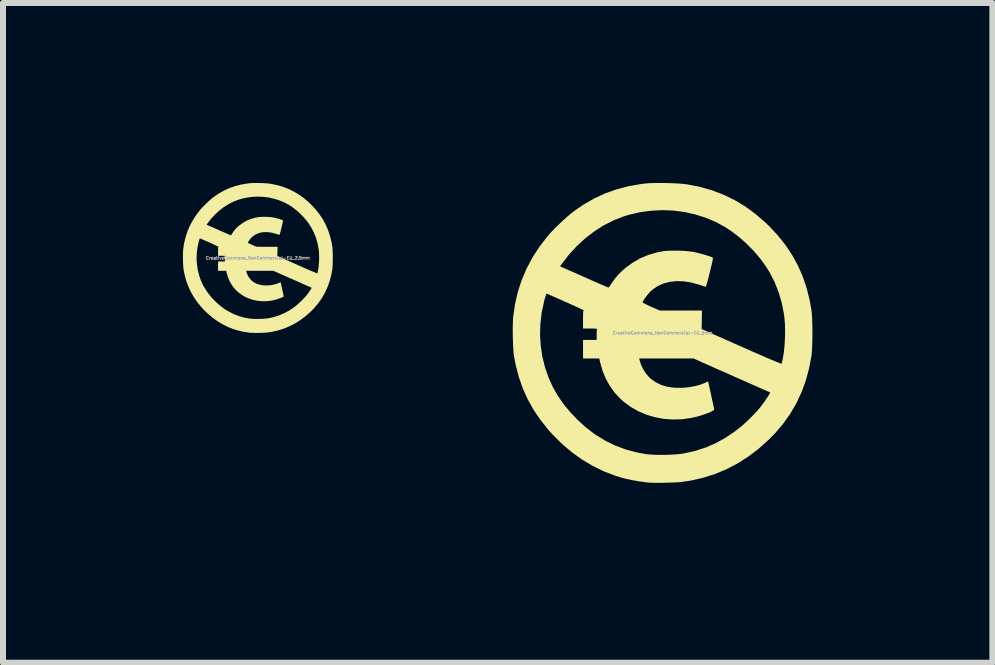
<source format=kicad_pcb>
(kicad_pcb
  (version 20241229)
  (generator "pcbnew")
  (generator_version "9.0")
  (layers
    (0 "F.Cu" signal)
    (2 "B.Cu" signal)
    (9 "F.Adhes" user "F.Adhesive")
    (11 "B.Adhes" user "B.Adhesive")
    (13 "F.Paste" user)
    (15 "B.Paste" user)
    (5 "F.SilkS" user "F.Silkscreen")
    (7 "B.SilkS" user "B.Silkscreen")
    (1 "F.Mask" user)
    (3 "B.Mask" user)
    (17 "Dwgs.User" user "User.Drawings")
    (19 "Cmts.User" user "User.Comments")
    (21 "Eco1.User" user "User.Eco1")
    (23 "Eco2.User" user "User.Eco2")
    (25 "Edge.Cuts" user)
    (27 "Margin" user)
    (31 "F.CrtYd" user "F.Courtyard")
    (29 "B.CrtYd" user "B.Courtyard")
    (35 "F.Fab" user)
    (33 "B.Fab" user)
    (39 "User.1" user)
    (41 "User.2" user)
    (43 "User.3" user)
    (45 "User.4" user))
  (footprint "CreativeCommons_NonCommercial-EU_5mm"
    (layer "F.Cu")
    (at 7.996 2.499)
    (property "Reference" "CreativeCommons_NonCommercial-EU_5mm" (at 0 0 0) (layer "F.Fab") (effects (font (size 0.05 0.05) (thickness 0.013))))
    (attr board_only exclude_from_pos_files exclude_from_bom)
    (fp_poly (pts (xy 0.043 -2.498) (xy 0.134 -2.496) (xy 0.221 -2.492) (xy 0.301 -2.487) (xy 0.371 -2.48) (xy 0.418 -2.474) (xy 0.628 -2.432) (xy 0.828 -2.375) (xy 1.018 -2.302) (xy 1.199 -2.214) (xy 1.372 -2.111) (xy 1.538 -1.99) (xy 1.698 -1.853) (xy 1.773 -1.782) (xy 1.918 -1.627) (xy 2.046 -1.467) (xy 2.157 -1.3) (xy 2.253 -1.127) (xy 2.333 -0.946) (xy 2.398 -0.755) (xy 2.449 -0.553) (xy 2.479 -0.391) (xy 2.485 -0.34) (xy 2.49 -0.275) (xy 2.493 -0.198) (xy 2.496 -0.114) (xy 2.497 -0.025) (xy 2.496 0.065) (xy 2.495 0.152) (xy 2.492 0.233) (xy 2.488 0.305) (xy 2.483 0.364) (xy 2.48 0.389) (xy 2.439 0.601) (xy 2.384 0.802) (xy 2.313 0.994) (xy 2.227 1.177) (xy 2.125 1.351) (xy 2.007 1.517) (xy 1.873 1.674) (xy 1.767 1.782) (xy 1.602 1.93) (xy 1.43 2.061) (xy 1.251 2.175) (xy 1.066 2.272) (xy 0.874 2.352) (xy 0.675 2.415) (xy 0.47 2.462) (xy 0.305 2.486) (xy 0.264 2.49) (xy 0.21 2.493) (xy 0.147 2.495) (xy 0.078 2.497) (xy 0.007 2.499) (xy -0.063 2.499) (xy -0.128 2.499) (xy -0.184 2.498) (xy -0.228 2.496) (xy -0.25 2.494) (xy -0.379 2.477) (xy -0.495 2.457) (xy -0.602 2.435) (xy -0.704 2.408) (xy -0.791 2.381) (xy -0.98 2.308) (xy -1.163 2.219) (xy -1.341 2.113) (xy -1.511 1.992) (xy -1.674 1.854) (xy -1.828 1.701) (xy -1.907 1.614) (xy -2.038 1.449) (xy -2.153 1.28) (xy -2.251 1.104) (xy -2.333 0.922) (xy -2.399 0.73) (xy -2.451 0.53) (xy -2.478 0.386) (xy -2.484 0.339) (xy -2.489 0.276) (xy -2.493 0.204) (xy -2.496 0.124) (xy -2.498 0.041) (xy -2.498 0.033) (xy -2.044 0.033) (xy -2.032 0.217) (xy -2.005 0.398) (xy -1.961 0.574) (xy -1.902 0.745) (xy -1.827 0.909) (xy -1.755 1.036) (xy -1.658 1.178) (xy -1.546 1.315) (xy -1.422 1.446) (xy -1.29 1.567) (xy -1.153 1.674) (xy -1.101 1.709) (xy -0.946 1.803) (xy -0.78 1.882) (xy -0.608 1.946) (xy -0.431 1.993) (xy -0.272 2.022) (xy -0.204 2.028) (xy -0.124 2.032) (xy -0.036 2.034) (xy 0.056 2.033) (xy 0.147 2.03) (xy 0.232 2.024) (xy 0.307 2.016) (xy 0.35 2.01) (xy 0.535 1.969) (xy 0.712 1.913) (xy 0.881 1.84) (xy 1.043 1.751) (xy 1.201 1.645) (xy 1.281 1.583) (xy 1.335 1.538) (xy 1.394 1.484) (xy 1.455 1.426) (xy 1.514 1.366) (xy 1.568 1.309) (xy 1.612 1.259) (xy 1.62 1.25) (xy 1.643 1.22) (xy 1.67 1.183) (xy 1.699 1.143) (xy 1.726 1.103) (xy 1.752 1.065) (xy 1.772 1.033) (xy 1.786 1.01) (xy 1.791 0.999) (xy 1.783 0.989) (xy 1.77 0.983) (xy 1.759 0.978) (xy 1.733 0.966) (xy 1.693 0.949) (xy 1.642 0.926) (xy 1.58 0.899) (xy 1.51 0.868) (xy 1.434 0.835) (xy 1.353 0.799) (xy 1.268 0.761) (xy 1.181 0.723) (xy 1.095 0.684) (xy 1.01 0.647) (xy 0.928 0.611) (xy 0.851 0.577) (xy 0.781 0.545) (xy 0.719 0.518) (xy 0.666 0.495) (xy 0.626 0.476) (xy 0.606 0.467) (xy 0.517 0.427) (xy -0.391 0.427) (xy -0.385 0.452) (xy -0.36 0.533) (xy -0.321 0.612) (xy -0.273 0.685) (xy -0.218 0.747) (xy -0.193 0.769) (xy -0.114 0.824) (xy -0.028 0.866) (xy 0.066 0.895) (xy 0.172 0.912) (xy 0.233 0.916) (xy 0.332 0.915) (xy 0.433 0.906) (xy 0.532 0.889) (xy 0.623 0.865) (xy 0.702 0.835) (xy 0.721 0.826) (xy 0.743 0.815) (xy 0.757 0.811) (xy 0.758 0.811) (xy 0.761 0.82) (xy 0.766 0.845) (xy 0.775 0.882) (xy 0.785 0.931) (xy 0.798 0.987) (xy 0.808 1.036) (xy 0.821 1.098) (xy 0.834 1.155) (xy 0.844 1.203) (xy 0.852 1.241) (xy 0.858 1.265) (xy 0.86 1.274) (xy 0.854 1.285) (xy 0.833 1.3) (xy 0.8 1.317) (xy 0.756 1.336) (xy 0.704 1.355) (xy 0.647 1.374) (xy 0.587 1.392) (xy 0.526 1.407) (xy 0.474 1.418) (xy 0.32 1.44) (xy 0.167 1.444) (xy 0.016 1.433) (xy -0.131 1.405) (xy -0.273 1.363) (xy -0.408 1.305) (xy -0.534 1.233) (xy -0.651 1.147) (xy -0.702 1.101) (xy -0.796 1.001) (xy -0.878 0.888) (xy -0.947 0.765) (xy -1.001 0.635) (xy -1.04 0.499) (xy -1.041 0.498) (xy -1.056 0.427) (xy -1.327 0.427) (xy -1.327 0.118) (xy -1.1 0.118) (xy -1.1 0.037) (xy -1.099 -0.001) (xy -1.098 -0.033) (xy -1.096 -0.054) (xy -1.094 -0.058) (xy -1.094 -0.064) (xy -1.1 -0.068) (xy -1.115 -0.071) (xy -1.141 -0.072) (xy -1.182 -0.073) (xy -1.208 -0.073) (xy -1.327 -0.073) (xy -1.327 -0.223) (xy -1.327 -0.278) (xy -1.326 -0.318) (xy -1.325 -0.345) (xy -1.323 -0.362) (xy -1.319 -0.37) (xy -1.314 -0.373) (xy -1.311 -0.373) (xy -1.316 -0.377) (xy -1.335 -0.387) (xy -1.368 -0.402) (xy -1.412 -0.423) (xy -1.466 -0.448) (xy -1.529 -0.476) (xy -1.597 -0.507) (xy -1.613 -0.514) (xy -1.684 -0.545) (xy -1.749 -0.574) (xy -1.808 -0.6) (xy -1.857 -0.622) (xy -1.896 -0.638) (xy -1.922 -0.65) (xy -1.933 -0.654) (xy -1.933 -0.655) (xy -1.94 -0.646) (xy -1.949 -0.62) (xy -1.962 -0.578) (xy -1.978 -0.52) (xy -1.978 -0.518) (xy -2.017 -0.336) (xy -2.038 -0.152) (xy -2.044 0.033) (xy -2.498 0.033) (xy -2.499 -0.042) (xy -2.498 -0.121) (xy -2.496 -0.192) (xy -2.493 -0.251) (xy -2.491 -0.27) (xy -2.461 -0.479) (xy -2.414 -0.682) (xy -2.35 -0.879) (xy -2.269 -1.07) (xy -2.248 -1.109) (xy -1.71 -1.109) (xy -1.671 -1.092) (xy -1.654 -1.085) (xy -1.623 -1.071) (xy -1.579 -1.051) (xy -1.525 -1.027) (xy -1.461 -0.999) (xy -1.39 -0.968) (xy -1.315 -0.934) (xy -1.27 -0.915) (xy -1.194 -0.881) (xy -1.124 -0.85) (xy -1.06 -0.822) (xy -1.004 -0.798) (xy -0.959 -0.778) (xy -0.926 -0.764) (xy -0.907 -0.756) (xy -0.902 -0.755) (xy -0.895 -0.762) (xy -0.88 -0.782) (xy -0.861 -0.81) (xy -0.848 -0.83) (xy -0.794 -0.906) (xy -0.737 -0.974) (xy -0.671 -1.038) (xy -0.622 -1.081) (xy -0.501 -1.17) (xy -0.373 -1.243) (xy -0.237 -1.3) (xy -0.092 -1.342) (xy -0.000109 -1.36) (xy 0.056 -1.367) (xy 0.126 -1.37) (xy 0.204 -1.371) (xy 0.286 -1.37) (xy 0.367 -1.366) (xy 0.443 -1.359) (xy 0.509 -1.35) (xy 0.532 -1.346) (xy 0.571 -1.337) (xy 0.618 -1.325) (xy 0.668 -1.312) (xy 0.717 -1.297) (xy 0.763 -1.283) (xy 0.801 -1.27) (xy 0.827 -1.26) (xy 0.834 -1.256) (xy 0.837 -1.25) (xy 0.836 -1.235) (xy 0.833 -1.21) (xy 0.825 -1.173) (xy 0.814 -1.124) (xy 0.798 -1.059) (xy 0.785 -1.006) (xy 0.767 -0.933) (xy 0.753 -0.876) (xy 0.741 -0.833) (xy 0.732 -0.803) (xy 0.725 -0.783) (xy 0.719 -0.772) (xy 0.714 -0.768) (xy 0.71 -0.769) (xy 0.696 -0.774) (xy 0.668 -0.784) (xy 0.632 -0.796) (xy 0.603 -0.805) (xy 0.475 -0.84) (xy 0.351 -0.859) (xy 0.233 -0.863) (xy 0.122 -0.851) (xy 0.019 -0.825) (xy -0.075 -0.784) (xy -0.16 -0.728) (xy -0.19 -0.703) (xy -0.215 -0.679) (xy -0.242 -0.647) (xy -0.27 -0.613) (xy -0.295 -0.578) (xy -0.316 -0.547) (xy -0.33 -0.523) (xy -0.334 -0.508) (xy -0.334 -0.507) (xy -0.325 -0.501) (xy -0.303 -0.489) (xy -0.269 -0.472) (xy -0.227 -0.452) (xy -0.191 -0.436) (xy -0.05 -0.373) (xy 0.655 -0.373) (xy 0.653 -0.219) (xy 0.65 -0.064) (xy 1.314 0.23) (xy 1.434 0.283) (xy 1.545 0.332) (xy 1.645 0.375) (xy 1.734 0.414) (xy 1.81 0.446) (xy 1.874 0.473) (xy 1.924 0.493) (xy 1.959 0.507) (xy 1.979 0.514) (xy 1.983 0.514) (xy 1.987 0.501) (xy 1.994 0.475) (xy 2.001 0.441) (xy 2.003 0.431) (xy 2.02 0.325) (xy 2.032 0.208) (xy 2.039 0.085) (xy 2.041 -0.038) (xy 2.038 -0.156) (xy 2.029 -0.264) (xy 2.024 -0.301) (xy 1.988 -0.49) (xy 1.936 -0.67) (xy 1.869 -0.841) (xy 1.785 -1.006) (xy 1.721 -1.109) (xy 1.627 -1.238) (xy 1.52 -1.364) (xy 1.401 -1.485) (xy 1.275 -1.597) (xy 1.145 -1.696) (xy 1.036 -1.767) (xy 0.877 -1.853) (xy 0.71 -1.922) (xy 0.535 -1.977) (xy 0.356 -2.016) (xy 0.173 -2.039) (xy -0.012 -2.046) (xy -0.197 -2.036) (xy -0.38 -2.011) (xy -0.56 -1.969) (xy -0.655 -1.94) (xy -0.821 -1.874) (xy -0.983 -1.792) (xy -1.138 -1.693) (xy -1.286 -1.58) (xy -1.426 -1.452) (xy -1.556 -1.311) (xy -1.673 -1.161) (xy -1.71 -1.109) (xy -2.248 -1.109) (xy -2.171 -1.255) (xy -2.055 -1.434) (xy -1.923 -1.606) (xy -1.914 -1.616) (xy -1.86 -1.678) (xy -1.794 -1.746) (xy -1.722 -1.817) (xy -1.648 -1.886) (xy -1.574 -1.951) (xy -1.506 -2.007) (xy -1.477 -2.03) (xy -1.306 -2.147) (xy -1.129 -2.247) (xy -0.945 -2.331) (xy -0.754 -2.397) (xy -0.556 -2.448) (xy -0.35 -2.483) (xy -0.269 -2.492) (xy -0.206 -2.496) (xy -0.13 -2.499) (xy -0.046 -2.499)) (stroke (width 0) (type solid)) (fill yes) (layer "F.SilkS")))
  (footprint "CreativeCommons_NonCommercial-EU_2.5mm"
    (layer "F.Cu")
    (at 1.249 1.25)
    (property "Reference" "CreativeCommons_NonCommercial-EU_2.5mm" (at 0 0 0) (layer "F.Fab") (effects (font (size 0.05 0.05) (thickness 0.013))))
    (attr board_only exclude_from_pos_files exclude_from_bom)
    (fp_poly (pts (xy 0.022 -1.249) (xy 0.067 -1.248) (xy 0.111 -1.246) (xy 0.151 -1.243) (xy 0.186 -1.24) (xy 0.209 -1.237) (xy 0.314 -1.216) (xy 0.414 -1.187) (xy 0.509 -1.151) (xy 0.599 -1.107) (xy 0.686 -1.055) (xy 0.769 -0.995) (xy 0.849 -0.927) (xy 0.886 -0.891) (xy 0.959 -0.813) (xy 1.023 -0.733) (xy 1.079 -0.65) (xy 1.126 -0.564) (xy 1.166 -0.473) (xy 1.199 -0.377) (xy 1.225 -0.277) (xy 1.24 -0.195) (xy 1.243 -0.17) (xy 1.245 -0.137) (xy 1.247 -0.099) (xy 1.248 -0.057) (xy 1.248 -0.012) (xy 1.248 0.032) (xy 1.247 0.076) (xy 1.246 0.117) (xy 1.244 0.153) (xy 1.241 0.182) (xy 1.24 0.194) (xy 1.22 0.3) (xy 1.192 0.401) (xy 1.156 0.497) (xy 1.113 0.589) (xy 1.062 0.676) (xy 1.004 0.758) (xy 0.937 0.837) (xy 0.884 0.891) (xy 0.801 0.965) (xy 0.715 1.031) (xy 0.626 1.087) (xy 0.533 1.136) (xy 0.437 1.176) (xy 0.338 1.208) (xy 0.235 1.231) (xy 0.152 1.243) (xy 0.132 1.245) (xy 0.105 1.246) (xy 0.073 1.248) (xy 0.039 1.249) (xy 0.003 1.249) (xy -0.031 1.25) (xy -0.064 1.249) (xy -0.092 1.249) (xy -0.114 1.248) (xy -0.125 1.247) (xy -0.19 1.238) (xy -0.248 1.229) (xy -0.301 1.217) (xy -0.352 1.204) (xy -0.395 1.19) (xy -0.49 1.154) (xy -0.582 1.11) (xy -0.67 1.057) (xy -0.755 0.996) (xy -0.837 0.927) (xy -0.914 0.851) (xy -0.953 0.807) (xy -1.019 0.725) (xy -1.076 0.64) (xy -1.125 0.552) (xy -1.166 0.461) (xy -1.2 0.365) (xy -1.225 0.265) (xy -1.239 0.193) (xy -1.242 0.169) (xy -1.244 0.138) (xy -1.246 0.102) (xy -1.248 0.062) (xy -1.249 0.02) (xy -1.249 0.017) (xy -1.022 0.017) (xy -1.016 0.108) (xy -1.002 0.199) (xy -0.981 0.287) (xy -0.951 0.373) (xy -0.914 0.455) (xy -0.877 0.518) (xy -0.829 0.589) (xy -0.773 0.658) (xy -0.711 0.723) (xy -0.645 0.783) (xy -0.577 0.837) (xy -0.551 0.855) (xy -0.473 0.901) (xy -0.39 0.941) (xy -0.304 0.973) (xy -0.216 0.997) (xy -0.136 1.011) (xy -0.102 1.014) (xy -0.062 1.016) (xy -0.018 1.017) (xy 0.028 1.016) (xy 0.073 1.015) (xy 0.116 1.012) (xy 0.153 1.008) (xy 0.175 1.005) (xy 0.268 0.984) (xy 0.356 0.956) (xy 0.44 0.92) (xy 0.522 0.876) (xy 0.6 0.823) (xy 0.641 0.792) (xy 0.667 0.769) (xy 0.697 0.742) (xy 0.728 0.713) (xy 0.757 0.683) (xy 0.784 0.655) (xy 0.806 0.63) (xy 0.81 0.625) (xy 0.822 0.61) (xy 0.835 0.592) (xy 0.849 0.572) (xy 0.863 0.551) (xy 0.876 0.533) (xy 0.886 0.517) (xy 0.893 0.505) (xy 0.895 0.499) (xy 0.892 0.495) (xy 0.885 0.491) (xy 0.88 0.489) (xy 0.866 0.483) (xy 0.846 0.474) (xy 0.821 0.463) (xy 0.79 0.45) (xy 0.755 0.434) (xy 0.717 0.417) (xy 0.676 0.399) (xy 0.634 0.381) (xy 0.591 0.361) (xy 0.547 0.342) (xy 0.505 0.323) (xy 0.464 0.305) (xy 0.426 0.288) (xy 0.39 0.273) (xy 0.359 0.259) (xy 0.333 0.247) (xy 0.313 0.238) (xy 0.303 0.234) (xy 0.258 0.214) (xy -0.196 0.214) (xy -0.193 0.226) (xy -0.18 0.266) (xy -0.161 0.306) (xy -0.136 0.342) (xy -0.109 0.373) (xy -0.097 0.384) (xy -0.057 0.412) (xy -0.014 0.433) (xy 0.033 0.447) (xy 0.086 0.456) (xy 0.117 0.458) (xy 0.166 0.458) (xy 0.217 0.453) (xy 0.266 0.444) (xy 0.311 0.432) (xy 0.351 0.417) (xy 0.361 0.413) (xy 0.372 0.408) (xy 0.378 0.405) (xy 0.379 0.405) (xy 0.38 0.41) (xy 0.383 0.422) (xy 0.387 0.441) (xy 0.393 0.465) (xy 0.399 0.493) (xy 0.404 0.518) (xy 0.411 0.549) (xy 0.417 0.577) (xy 0.422 0.602) (xy 0.426 0.62) (xy 0.429 0.633) (xy 0.43 0.637) (xy 0.427 0.643) (xy 0.417 0.65) (xy 0.4 0.659) (xy 0.378 0.668) (xy 0.352 0.677) (xy 0.323 0.687) (xy 0.293 0.696) (xy 0.263 0.704) (xy 0.237 0.709) (xy 0.16 0.72) (xy 0.083 0.722) (xy 0.008 0.716) (xy -0.066 0.703) (xy -0.136 0.681) (xy -0.204 0.653) (xy -0.267 0.617) (xy -0.325 0.573) (xy -0.351 0.551) (xy -0.398 0.501) (xy -0.439 0.444) (xy -0.473 0.383) (xy -0.501 0.317) (xy -0.52 0.25) (xy -0.52 0.249) (xy -0.528 0.214) (xy -0.664 0.214) (xy -0.664 0.059) (xy -0.55 0.059) (xy -0.55 0.019) (xy -0.55 -0.000477) (xy -0.549 -0.017) (xy -0.548 -0.027) (xy -0.547 -0.029) (xy -0.547 -0.032) (xy -0.55 -0.034) (xy -0.557 -0.035) (xy -0.571 -0.036) (xy -0.591 -0.036) (xy -0.604 -0.036) (xy -0.664 -0.036) (xy -0.664 -0.111) (xy -0.664 -0.139) (xy -0.663 -0.159) (xy -0.663 -0.173) (xy -0.661 -0.181) (xy -0.66 -0.185) (xy -0.657 -0.186) (xy -0.656 -0.187) (xy -0.658 -0.188) (xy -0.668 -0.193) (xy -0.684 -0.201) (xy -0.706 -0.212) (xy -0.733 -0.224) (xy -0.764 -0.238) (xy -0.799 -0.254) (xy -0.806 -0.257) (xy -0.842 -0.273) (xy -0.875 -0.287) (xy -0.904 -0.3) (xy -0.929 -0.311) (xy -0.948 -0.319) (xy -0.961 -0.325) (xy -0.967 -0.327) (xy -0.967 -0.327) (xy -0.97 -0.323) (xy -0.975 -0.31) (xy -0.981 -0.289) (xy -0.989 -0.26) (xy -0.989 -0.259) (xy -1.008 -0.168) (xy -1.019 -0.076) (xy -1.022 0.017) (xy -1.249 0.017) (xy -1.249 -0.021) (xy -1.249 -0.06) (xy -1.248 -0.096) (xy -1.247 -0.125) (xy -1.246 -0.135) (xy -1.231 -0.24) (xy -1.207 -0.341) (xy -1.175 -0.44) (xy -1.135 -0.535) (xy -1.124 -0.554) (xy -0.855 -0.554) (xy -0.836 -0.546) (xy -0.827 -0.542) (xy -0.812 -0.535) (xy -0.79 -0.526) (xy -0.762 -0.514) (xy -0.73 -0.5) (xy -0.695 -0.484) (xy -0.657 -0.467) (xy -0.635 -0.457) (xy -0.597 -0.441) (xy -0.562 -0.425) (xy -0.53 -0.411) (xy -0.502 -0.399) (xy -0.479 -0.389) (xy -0.463 -0.382) (xy -0.453 -0.378) (xy -0.451 -0.377) (xy -0.447 -0.381) (xy -0.44 -0.391) (xy -0.43 -0.405) (xy -0.424 -0.415) (xy -0.397 -0.453) (xy -0.369 -0.487) (xy -0.336 -0.519) (xy -0.311 -0.541) (xy -0.25 -0.585) (xy -0.186 -0.622) (xy -0.119 -0.65) (xy -0.046 -0.671) (xy -0.000055 -0.68) (xy 0.028 -0.683) (xy 0.063 -0.685) (xy 0.102 -0.686) (xy 0.143 -0.685) (xy 0.184 -0.683) (xy 0.222 -0.68) (xy 0.254 -0.675) (xy 0.266 -0.673) (xy 0.286 -0.669) (xy 0.309 -0.663) (xy 0.334 -0.656) (xy 0.359 -0.648) (xy 0.382 -0.641) (xy 0.4 -0.635) (xy 0.413 -0.63) (xy 0.417 -0.628) (xy 0.418 -0.625) (xy 0.418 -0.617) (xy 0.416 -0.605) (xy 0.413 -0.587) (xy 0.407 -0.562) (xy 0.399 -0.529) (xy 0.393 -0.503) (xy 0.384 -0.466) (xy 0.376 -0.438) (xy 0.371 -0.417) (xy 0.366 -0.402) (xy 0.362 -0.392) (xy 0.359 -0.386) (xy 0.357 -0.384) (xy 0.355 -0.384) (xy 0.348 -0.387) (xy 0.334 -0.392) (xy 0.316 -0.398) (xy 0.301 -0.403) (xy 0.237 -0.42) (xy 0.176 -0.429) (xy 0.117 -0.431) (xy 0.061 -0.426) (xy 0.01 -0.413) (xy -0.038 -0.392) (xy -0.08 -0.364) (xy -0.095 -0.352) (xy -0.107 -0.339) (xy -0.121 -0.324) (xy -0.135 -0.306) (xy -0.148 -0.289) (xy -0.158 -0.274) (xy -0.165 -0.261) (xy -0.167 -0.254) (xy -0.167 -0.254) (xy -0.163 -0.25) (xy -0.151 -0.244) (xy -0.134 -0.236) (xy -0.113 -0.226) (xy -0.095 -0.218) (xy -0.025 -0.187) (xy 0.151 -0.186) (xy 0.328 -0.186) (xy 0.326 -0.109) (xy 0.325 -0.032) (xy 0.657 0.115) (xy 0.717 0.141) (xy 0.773 0.166) (xy 0.823 0.188) (xy 0.867 0.207) (xy 0.905 0.223) (xy 0.937 0.236) (xy 0.962 0.247) (xy 0.979 0.253) (xy 0.989 0.257) (xy 0.991 0.257) (xy 0.994 0.251) (xy 0.997 0.238) (xy 1 0.221) (xy 1.001 0.216) (xy 1.01 0.163) (xy 1.016 0.104) (xy 1.02 0.043) (xy 1.021 -0.019) (xy 1.019 -0.078) (xy 1.015 -0.132) (xy 1.012 -0.15) (xy 0.994 -0.245) (xy 0.968 -0.335) (xy 0.934 -0.421) (xy 0.892 -0.503) (xy 0.86 -0.555) (xy 0.814 -0.619) (xy 0.76 -0.682) (xy 0.701 -0.743) (xy 0.638 -0.798) (xy 0.573 -0.848) (xy 0.518 -0.884) (xy 0.439 -0.926) (xy 0.355 -0.961) (xy 0.268 -0.988) (xy 0.178 -1.008) (xy 0.087 -1.019) (xy -0.006 -1.023) (xy -0.098 -1.018) (xy -0.19 -1.005) (xy -0.28 -0.984) (xy -0.327 -0.97) (xy -0.411 -0.937) (xy -0.491 -0.896) (xy -0.569 -0.847) (xy -0.643 -0.79) (xy -0.713 -0.726) (xy -0.778 -0.656) (xy -0.836 -0.581) (xy -0.855 -0.554) (xy -1.124 -0.554) (xy -1.085 -0.627) (xy -1.028 -0.717) (xy -0.961 -0.803) (xy -0.957 -0.808) (xy -0.93 -0.839) (xy -0.897 -0.873) (xy -0.861 -0.908) (xy -0.824 -0.943) (xy -0.787 -0.976) (xy -0.753 -1.004) (xy -0.739 -1.015) (xy -0.653 -1.073) (xy -0.564 -1.124) (xy -0.473 -1.165) (xy -0.377 -1.199) (xy -0.278 -1.224) (xy -0.175 -1.241) (xy -0.134 -1.246) (xy -0.103 -1.248) (xy -0.065 -1.249) (xy -0.023 -1.25)) (stroke (width 0) (type solid)) (fill yes) (layer "F.SilkS")))
  (gr_rect
    (start -3 -3)
    (end 13.493 7.998)
    (stroke (width 0.1) (type default))
    (fill no)
    (layer "Edge.Cuts")))
</source>
